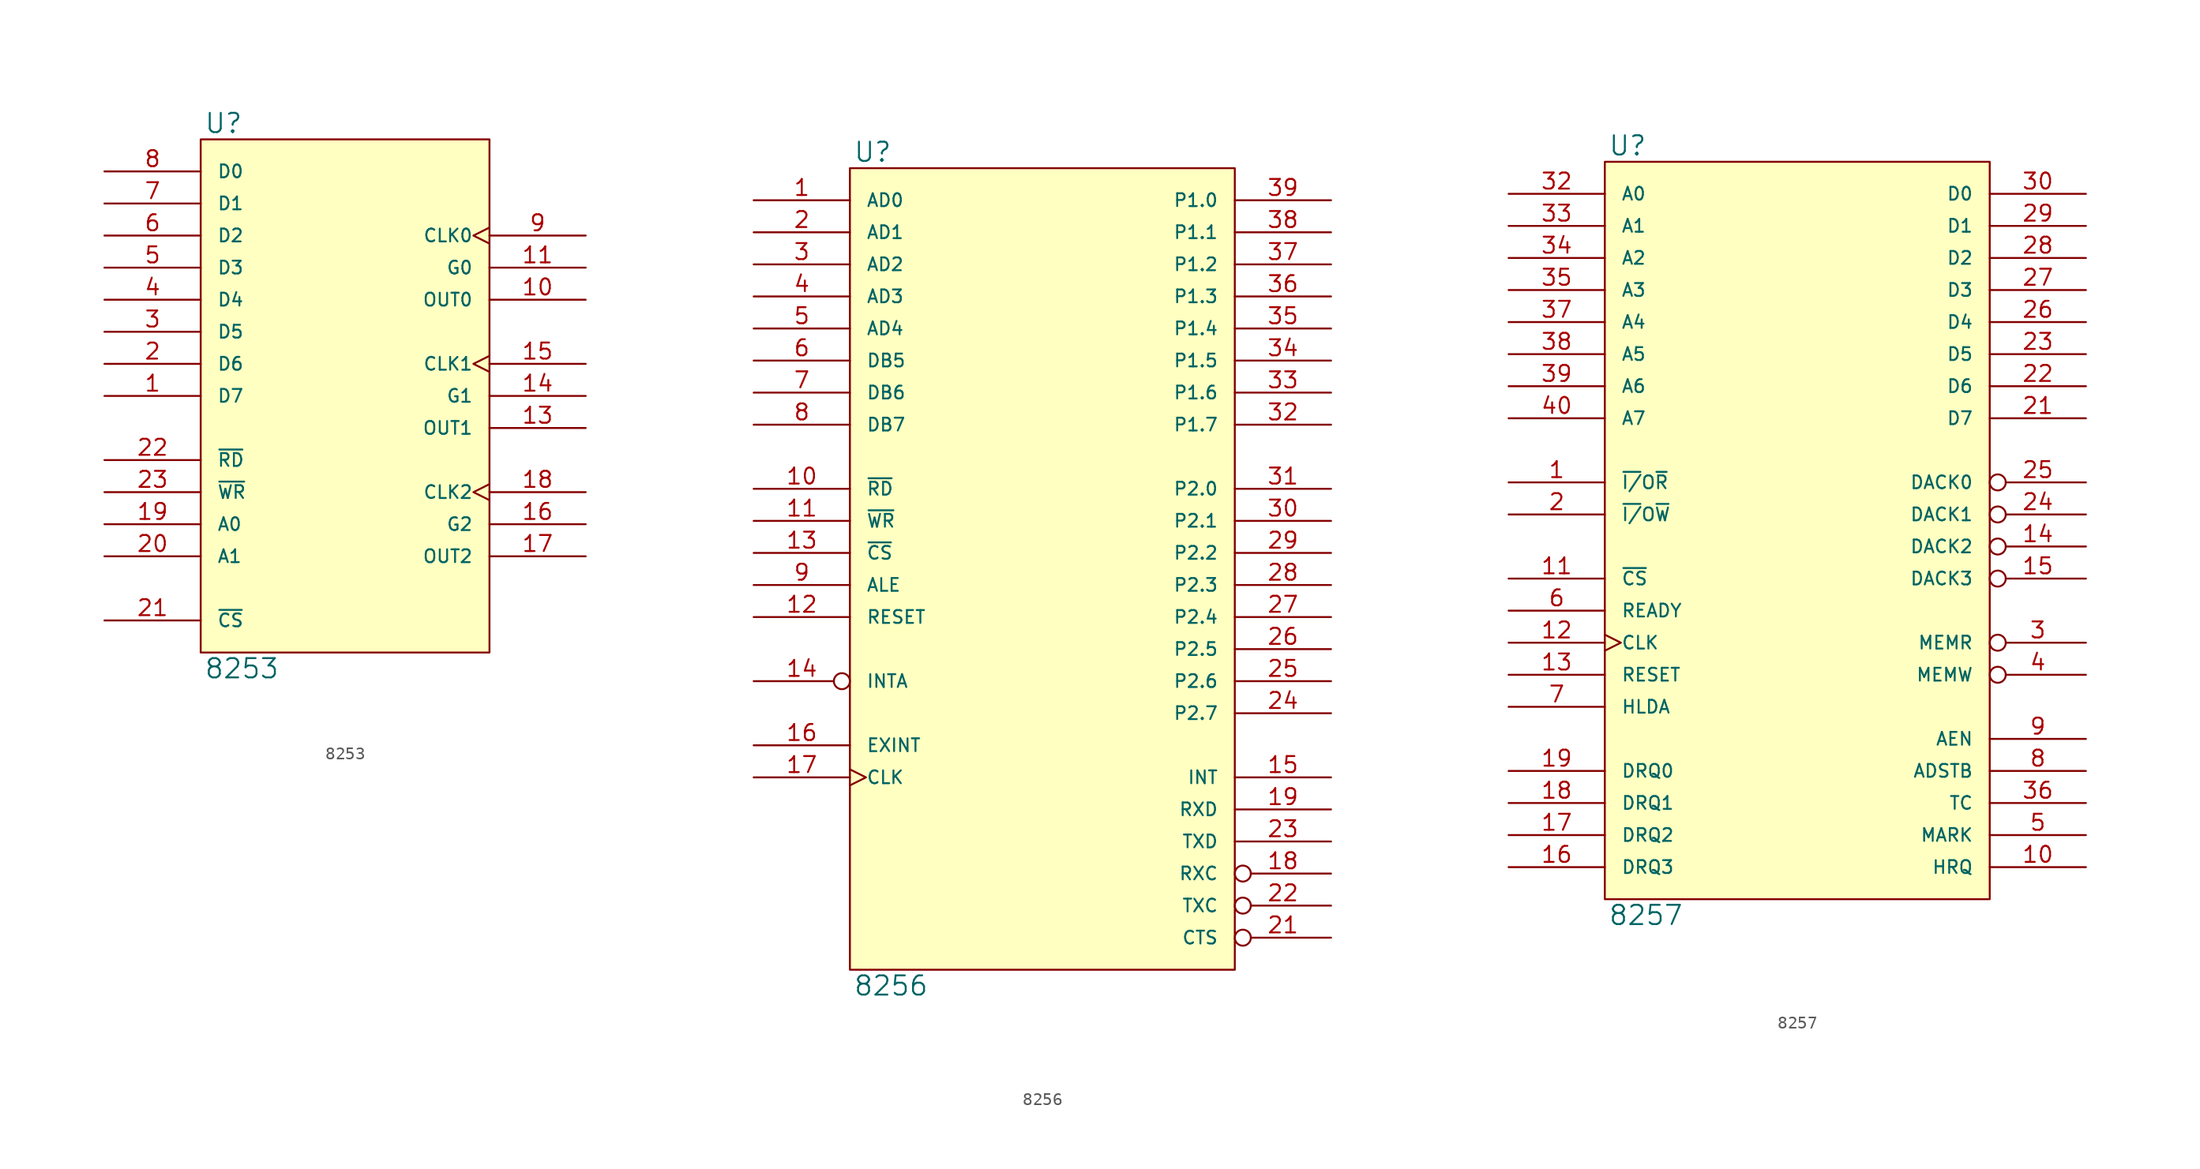
<source format=kicad_sym>
(kicad_symbol_lib
  (version 20231120)
  (generator "kicad_symbol_editor")
  (generator_version "8.0")
  (symbol "8253"
    (pin_names
      (offset 1.27))
    (property "Reference" "U"
      (at 0.254 0.381 0)
      (effects (font (size 1.524 1.524)) (justify left bottom)))
    (property "Value" "8253"
      (at 0.254 -41.021 0)
      (effects (font (size 1.524 1.524)) (justify left top)))
    (symbol "8253_0_1"
      (rectangle (start 0 0) (end 22.86 -40.64) (stroke (width 0) (type solid)) (fill (type background))))
    (symbol "8253_1_1"
      (pin bidirectional line (at -7.62 -20.32 0) (length 7.62) (name "D7" (effects (font (size 1.016 1.016)))) (number "1" (effects (font (size 1.27 1.27)))))
      (pin output line (at 30.48 -12.7 180) (length 7.62) (name "OUT0" (effects (font (size 1.016 1.016)))) (number "10" (effects (font (size 1.27 1.27)))))
      (pin input line (at 30.48 -10.16 180) (length 7.62) (name "G0" (effects (font (size 1.016 1.016)))) (number "11" (effects (font (size 1.27 1.27)))))
      (pin power_in line (at 0 -40.64 90) (length 0) hide (name "GND" (effects (font (size 1.016 1.016)))) (number "12" (effects (font (size 1.27 1.27)))))
      (pin output line (at 30.48 -22.86 180) (length 7.62) (name "OUT1" (effects (font (size 1.016 1.016)))) (number "13" (effects (font (size 1.27 1.27)))))
      (pin input line (at 30.48 -20.32 180) (length 7.62) (name "G1" (effects (font (size 1.016 1.016)))) (number "14" (effects (font (size 1.27 1.27)))))
      (pin input clock (at 30.48 -17.78 180) (length 7.62) (name "CLK1" (effects (font (size 1.016 1.016)))) (number "15" (effects (font (size 1.27 1.27)))))
      (pin input line (at 30.48 -30.48 180) (length 7.62) (name "G2" (effects (font (size 1.016 1.016)))) (number "16" (effects (font (size 1.27 1.27)))))
      (pin output line (at 30.48 -33.02 180) (length 7.62) (name "OUT2" (effects (font (size 1.016 1.016)))) (number "17" (effects (font (size 1.27 1.27)))))
      (pin input clock (at 30.48 -27.94 180) (length 7.62) (name "CLK2" (effects (font (size 1.016 1.016)))) (number "18" (effects (font (size 1.27 1.27)))))
      (pin input line (at -7.62 -30.48 0) (length 7.62) (name "A0" (effects (font (size 1.016 1.016)))) (number "19" (effects (font (size 1.27 1.27)))))
      (pin bidirectional line (at -7.62 -17.78 0) (length 7.62) (name "D6" (effects (font (size 1.016 1.016)))) (number "2" (effects (font (size 1.27 1.27)))))
      (pin input line (at -7.62 -33.02 0) (length 7.62) (name "A1" (effects (font (size 1.016 1.016)))) (number "20" (effects (font (size 1.27 1.27)))))
      (pin input line (at -7.62 -38.1 0) (length 7.62) (name "~{CS}" (effects (font (size 1.016 1.016)))) (number "21" (effects (font (size 1.27 1.27)))))
      (pin input line (at -7.62 -25.4 0) (length 7.62) (name "~{RD}" (effects (font (size 1.016 1.016)))) (number "22" (effects (font (size 1.27 1.27)))))
      (pin input line (at -7.62 -27.94 0) (length 7.62) (name "~{WR}" (effects (font (size 1.016 1.016)))) (number "23" (effects (font (size 1.27 1.27)))))
      (pin power_in line (at 0 0 270) (length 0) hide (name "VCC" (effects (font (size 1.016 1.016)))) (number "24" (effects (font (size 1.27 1.27)))))
      (pin bidirectional line (at -7.62 -15.24 0) (length 7.62) (name "D5" (effects (font (size 1.016 1.016)))) (number "3" (effects (font (size 1.27 1.27)))))
      (pin bidirectional line (at -7.62 -12.7 0) (length 7.62) (name "D4" (effects (font (size 1.016 1.016)))) (number "4" (effects (font (size 1.27 1.27)))))
      (pin bidirectional line (at -7.62 -10.16 0) (length 7.62) (name "D3" (effects (font (size 1.016 1.016)))) (number "5" (effects (font (size 1.27 1.27)))))
      (pin bidirectional line (at -7.62 -7.62 0) (length 7.62) (name "D2" (effects (font (size 1.016 1.016)))) (number "6" (effects (font (size 1.27 1.27)))))
      (pin bidirectional line (at -7.62 -5.08 0) (length 7.62) (name "D1" (effects (font (size 1.016 1.016)))) (number "7" (effects (font (size 1.27 1.27)))))
      (pin bidirectional line (at -7.62 -2.54 0) (length 7.62) (name "D0" (effects (font (size 1.016 1.016)))) (number "8" (effects (font (size 1.27 1.27)))))
      (pin input clock (at 30.48 -7.62 180) (length 7.62) (name "CLK0" (effects (font (size 1.016 1.016)))) (number "9" (effects (font (size 1.27 1.27)))))))
  (symbol "8256"
    (pin_names
      (offset 1.27))
    (property "Reference" "U"
      (at 0.254 0.381 0)
      (effects (font (size 1.524 1.524)) (justify left bottom)))
    (property "Value" "8256"
      (at 0.254 -63.881 0)
      (effects (font (size 1.524 1.524)) (justify left top)))
    (symbol "8256_0_1"
      (rectangle (start 0 0) (end 30.48 -63.5) (stroke (width 0) (type solid)) (fill (type background))))
    (symbol "8256_1_1"
      (pin bidirectional line (at -7.62 -2.54 0) (length 7.62) (name "AD0" (effects (font (size 1.016 1.016)))) (number "1" (effects (font (size 1.27 1.27)))))
      (pin input line (at -7.62 -25.4 0) (length 7.62) (name "~{RD}" (effects (font (size 1.016 1.016)))) (number "10" (effects (font (size 1.27 1.27)))))
      (pin input line (at -7.62 -27.94 0) (length 7.62) (name "~{WR}" (effects (font (size 1.016 1.016)))) (number "11" (effects (font (size 1.27 1.27)))))
      (pin input line (at -7.62 -35.56 0) (length 7.62) (name "RESET" (effects (font (size 1.016 1.016)))) (number "12" (effects (font (size 1.27 1.27)))))
      (pin input line (at -7.62 -30.48 0) (length 7.62) (name "~{CS}" (effects (font (size 1.016 1.016)))) (number "13" (effects (font (size 1.27 1.27)))))
      (pin input inverted (at -7.62 -40.64 0) (length 7.62) (name "INTA" (effects (font (size 1.016 1.016)))) (number "14" (effects (font (size 1.27 1.27)))))
      (pin output line (at 38.1 -48.26 180) (length 7.62) (name "INT" (effects (font (size 1.016 1.016)))) (number "15" (effects (font (size 1.27 1.27)))))
      (pin input line (at -7.62 -45.72 0) (length 7.62) (name "EXINT" (effects (font (size 1.016 1.016)))) (number "16" (effects (font (size 1.27 1.27)))))
      (pin input clock (at -7.62 -48.26 0) (length 7.62) (name "CLK" (effects (font (size 1.016 1.016)))) (number "17" (effects (font (size 1.27 1.27)))))
      (pin bidirectional inverted (at 38.1 -55.88 180) (length 7.62) (name "RXC" (effects (font (size 1.016 1.016)))) (number "18" (effects (font (size 1.27 1.27)))))
      (pin input line (at 38.1 -50.8 180) (length 7.62) (name "RXD" (effects (font (size 1.016 1.016)))) (number "19" (effects (font (size 1.27 1.27)))))
      (pin bidirectional line (at -7.62 -5.08 0) (length 7.62) (name "AD1" (effects (font (size 1.016 1.016)))) (number "2" (effects (font (size 1.27 1.27)))))
      (pin power_in line (at 0 -63.5 90) (length 0) hide (name "GND" (effects (font (size 1.016 1.016)))) (number "20" (effects (font (size 1.27 1.27)))))
      (pin input inverted (at 38.1 -60.96 180) (length 7.62) (name "CTS" (effects (font (size 1.016 1.016)))) (number "21" (effects (font (size 1.27 1.27)))))
      (pin bidirectional inverted (at 38.1 -58.42 180) (length 7.62) (name "TXC" (effects (font (size 1.016 1.016)))) (number "22" (effects (font (size 1.27 1.27)))))
      (pin output line (at 38.1 -53.34 180) (length 7.62) (name "TXD" (effects (font (size 1.016 1.016)))) (number "23" (effects (font (size 1.27 1.27)))))
      (pin bidirectional line (at 38.1 -43.18 180) (length 7.62) (name "P2.7" (effects (font (size 1.016 1.016)))) (number "24" (effects (font (size 1.27 1.27)))))
      (pin bidirectional line (at 38.1 -40.64 180) (length 7.62) (name "P2.6" (effects (font (size 1.016 1.016)))) (number "25" (effects (font (size 1.27 1.27)))))
      (pin bidirectional line (at 38.1 -38.1 180) (length 7.62) (name "P2.5" (effects (font (size 1.016 1.016)))) (number "26" (effects (font (size 1.27 1.27)))))
      (pin bidirectional line (at 38.1 -35.56 180) (length 7.62) (name "P2.4" (effects (font (size 1.016 1.016)))) (number "27" (effects (font (size 1.27 1.27)))))
      (pin bidirectional line (at 38.1 -33.02 180) (length 7.62) (name "P2.3" (effects (font (size 1.016 1.016)))) (number "28" (effects (font (size 1.27 1.27)))))
      (pin bidirectional line (at 38.1 -30.48 180) (length 7.62) (name "P2.2" (effects (font (size 1.016 1.016)))) (number "29" (effects (font (size 1.27 1.27)))))
      (pin bidirectional line (at -7.62 -7.62 0) (length 7.62) (name "AD2" (effects (font (size 1.016 1.016)))) (number "3" (effects (font (size 1.27 1.27)))))
      (pin bidirectional line (at 38.1 -27.94 180) (length 7.62) (name "P2.1" (effects (font (size 1.016 1.016)))) (number "30" (effects (font (size 1.27 1.27)))))
      (pin bidirectional line (at 38.1 -25.4 180) (length 7.62) (name "P2.0" (effects (font (size 1.016 1.016)))) (number "31" (effects (font (size 1.27 1.27)))))
      (pin bidirectional line (at 38.1 -20.32 180) (length 7.62) (name "P1.7" (effects (font (size 1.016 1.016)))) (number "32" (effects (font (size 1.27 1.27)))))
      (pin bidirectional line (at 38.1 -17.78 180) (length 7.62) (name "P1.6" (effects (font (size 1.016 1.016)))) (number "33" (effects (font (size 1.27 1.27)))))
      (pin bidirectional line (at 38.1 -15.24 180) (length 7.62) (name "P1.5" (effects (font (size 1.016 1.016)))) (number "34" (effects (font (size 1.27 1.27)))))
      (pin bidirectional line (at 38.1 -12.7 180) (length 7.62) (name "P1.4" (effects (font (size 1.016 1.016)))) (number "35" (effects (font (size 1.27 1.27)))))
      (pin bidirectional line (at 38.1 -10.16 180) (length 7.62) (name "P1.3" (effects (font (size 1.016 1.016)))) (number "36" (effects (font (size 1.27 1.27)))))
      (pin bidirectional line (at 38.1 -7.62 180) (length 7.62) (name "P1.2" (effects (font (size 1.016 1.016)))) (number "37" (effects (font (size 1.27 1.27)))))
      (pin bidirectional line (at 38.1 -5.08 180) (length 7.62) (name "P1.1" (effects (font (size 1.016 1.016)))) (number "38" (effects (font (size 1.27 1.27)))))
      (pin bidirectional line (at 38.1 -2.54 180) (length 7.62) (name "P1.0" (effects (font (size 1.016 1.016)))) (number "39" (effects (font (size 1.27 1.27)))))
      (pin bidirectional line (at -7.62 -10.16 0) (length 7.62) (name "AD3" (effects (font (size 1.016 1.016)))) (number "4" (effects (font (size 1.27 1.27)))))
      (pin power_in line (at 0 0 270) (length 0) hide (name "VCC" (effects (font (size 1.016 1.016)))) (number "40" (effects (font (size 1.27 1.27)))))
      (pin bidirectional line (at -7.62 -12.7 0) (length 7.62) (name "AD4" (effects (font (size 1.016 1.016)))) (number "5" (effects (font (size 1.27 1.27)))))
      (pin bidirectional line (at -7.62 -15.24 0) (length 7.62) (name "DB5" (effects (font (size 1.016 1.016)))) (number "6" (effects (font (size 1.27 1.27)))))
      (pin bidirectional line (at -7.62 -17.78 0) (length 7.62) (name "DB6" (effects (font (size 1.016 1.016)))) (number "7" (effects (font (size 1.27 1.27)))))
      (pin bidirectional line (at -7.62 -20.32 0) (length 7.62) (name "DB7" (effects (font (size 1.016 1.016)))) (number "8" (effects (font (size 1.27 1.27)))))
      (pin input line (at -7.62 -33.02 0) (length 7.62) (name "ALE" (effects (font (size 1.016 1.016)))) (number "9" (effects (font (size 1.27 1.27)))))))
  (symbol "8257"
    (pin_names
      (offset 1.27))
    (property "Reference" "U"
      (at 0.254 0.381 0)
      (effects (font (size 1.524 1.524)) (justify left bottom)))
    (property "Value" "8257"
      (at 0.254 -58.801 0)
      (effects (font (size 1.524 1.524)) (justify left top)))
    (symbol "8257_0_1"
      (rectangle (start 0 0) (end 30.48 -58.42) (stroke (width 0) (type solid)) (fill (type background))))
    (symbol "8257_1_1"
      (pin bidirectional line (at -7.62 -25.4 0) (length 7.62) (name "~{I/}O~{R}" (effects (font (size 1.016 1.016)))) (number "1" (effects (font (size 1.27 1.27)))))
      (pin output line (at 38.1 -55.88 180) (length 7.62) (name "HRQ" (effects (font (size 1.016 1.016)))) (number "10" (effects (font (size 1.27 1.27)))))
      (pin input line (at -7.62 -33.02 0) (length 7.62) (name "~{CS}" (effects (font (size 1.016 1.016)))) (number "11" (effects (font (size 1.27 1.27)))))
      (pin input clock (at -7.62 -38.1 0) (length 7.62) (name "CLK" (effects (font (size 1.016 1.016)))) (number "12" (effects (font (size 1.27 1.27)))))
      (pin input line (at -7.62 -40.64 0) (length 7.62) (name "RESET" (effects (font (size 1.016 1.016)))) (number "13" (effects (font (size 1.27 1.27)))))
      (pin output inverted (at 38.1 -30.48 180) (length 7.62) (name "DACK2" (effects (font (size 1.016 1.016)))) (number "14" (effects (font (size 1.27 1.27)))))
      (pin output inverted (at 38.1 -33.02 180) (length 7.62) (name "DACK3" (effects (font (size 1.016 1.016)))) (number "15" (effects (font (size 1.27 1.27)))))
      (pin input line (at -7.62 -55.88 0) (length 7.62) (name "DRQ3" (effects (font (size 1.016 1.016)))) (number "16" (effects (font (size 1.27 1.27)))))
      (pin input line (at -7.62 -53.34 0) (length 7.62) (name "DRQ2" (effects (font (size 1.016 1.016)))) (number "17" (effects (font (size 1.27 1.27)))))
      (pin input line (at -7.62 -50.8 0) (length 7.62) (name "DRQ1" (effects (font (size 1.016 1.016)))) (number "18" (effects (font (size 1.27 1.27)))))
      (pin input line (at -7.62 -48.26 0) (length 7.62) (name "DRQ0" (effects (font (size 1.016 1.016)))) (number "19" (effects (font (size 1.27 1.27)))))
      (pin bidirectional line (at -7.62 -27.94 0) (length 7.62) (name "~{I/}O~{W}" (effects (font (size 1.016 1.016)))) (number "2" (effects (font (size 1.27 1.27)))))
      (pin power_in line (at 0 -58.42 90) (length 0) hide (name "GND" (effects (font (size 1.016 1.016)))) (number "20" (effects (font (size 1.27 1.27)))))
      (pin bidirectional line (at 38.1 -20.32 180) (length 7.62) (name "D7" (effects (font (size 1.016 1.016)))) (number "21" (effects (font (size 1.27 1.27)))))
      (pin bidirectional line (at 38.1 -17.78 180) (length 7.62) (name "D6" (effects (font (size 1.016 1.016)))) (number "22" (effects (font (size 1.27 1.27)))))
      (pin bidirectional line (at 38.1 -15.24 180) (length 7.62) (name "D5" (effects (font (size 1.016 1.016)))) (number "23" (effects (font (size 1.27 1.27)))))
      (pin output inverted (at 38.1 -27.94 180) (length 7.62) (name "DACK1" (effects (font (size 1.016 1.016)))) (number "24" (effects (font (size 1.27 1.27)))))
      (pin output inverted (at 38.1 -25.4 180) (length 7.62) (name "DACK0" (effects (font (size 1.016 1.016)))) (number "25" (effects (font (size 1.27 1.27)))))
      (pin bidirectional line (at 38.1 -12.7 180) (length 7.62) (name "D4" (effects (font (size 1.016 1.016)))) (number "26" (effects (font (size 1.27 1.27)))))
      (pin bidirectional line (at 38.1 -10.16 180) (length 7.62) (name "D3" (effects (font (size 1.016 1.016)))) (number "27" (effects (font (size 1.27 1.27)))))
      (pin bidirectional line (at 38.1 -7.62 180) (length 7.62) (name "D2" (effects (font (size 1.016 1.016)))) (number "28" (effects (font (size 1.27 1.27)))))
      (pin bidirectional line (at 38.1 -5.08 180) (length 7.62) (name "D1" (effects (font (size 1.016 1.016)))) (number "29" (effects (font (size 1.27 1.27)))))
      (pin output inverted (at 38.1 -38.1 180) (length 7.62) (name "MEMR" (effects (font (size 1.016 1.016)))) (number "3" (effects (font (size 1.27 1.27)))))
      (pin bidirectional line (at 38.1 -2.54 180) (length 7.62) (name "D0" (effects (font (size 1.016 1.016)))) (number "30" (effects (font (size 1.27 1.27)))))
      (pin power_in line (at 0 0 270) (length 0) hide (name "VCC" (effects (font (size 1.016 1.016)))) (number "31" (effects (font (size 1.27 1.27)))))
      (pin bidirectional line (at -7.62 -2.54 0) (length 7.62) (name "A0" (effects (font (size 1.016 1.016)))) (number "32" (effects (font (size 1.27 1.27)))))
      (pin bidirectional line (at -7.62 -5.08 0) (length 7.62) (name "A1" (effects (font (size 1.016 1.016)))) (number "33" (effects (font (size 1.27 1.27)))))
      (pin bidirectional line (at -7.62 -7.62 0) (length 7.62) (name "A2" (effects (font (size 1.016 1.016)))) (number "34" (effects (font (size 1.27 1.27)))))
      (pin bidirectional line (at -7.62 -10.16 0) (length 7.62) (name "A3" (effects (font (size 1.016 1.016)))) (number "35" (effects (font (size 1.27 1.27)))))
      (pin output line (at 38.1 -50.8 180) (length 7.62) (name "TC" (effects (font (size 1.016 1.016)))) (number "36" (effects (font (size 1.27 1.27)))))
      (pin input line (at -7.62 -12.7 0) (length 7.62) (name "A4" (effects (font (size 1.016 1.016)))) (number "37" (effects (font (size 1.27 1.27)))))
      (pin input line (at -7.62 -15.24 0) (length 7.62) (name "A5" (effects (font (size 1.016 1.016)))) (number "38" (effects (font (size 1.27 1.27)))))
      (pin input line (at -7.62 -17.78 0) (length 7.62) (name "A6" (effects (font (size 1.016 1.016)))) (number "39" (effects (font (size 1.27 1.27)))))
      (pin output inverted (at 38.1 -40.64 180) (length 7.62) (name "MEMW" (effects (font (size 1.016 1.016)))) (number "4" (effects (font (size 1.27 1.27)))))
      (pin input line (at -7.62 -20.32 0) (length 7.62) (name "A7" (effects (font (size 1.016 1.016)))) (number "40" (effects (font (size 1.27 1.27)))))
      (pin output line (at 38.1 -53.34 180) (length 7.62) (name "MARK" (effects (font (size 1.016 1.016)))) (number "5" (effects (font (size 1.27 1.27)))))
      (pin input line (at -7.62 -35.56 0) (length 7.62) (name "READY" (effects (font (size 1.016 1.016)))) (number "6" (effects (font (size 1.27 1.27)))))
      (pin input line (at -7.62 -43.18 0) (length 7.62) (name "HLDA" (effects (font (size 1.016 1.016)))) (number "7" (effects (font (size 1.27 1.27)))))
      (pin output line (at 38.1 -48.26 180) (length 7.62) (name "ADSTB" (effects (font (size 1.016 1.016)))) (number "8" (effects (font (size 1.27 1.27)))))
      (pin output line (at 38.1 -45.72 180) (length 7.62) (name "AEN" (effects (font (size 1.016 1.016)))) (number "9" (effects (font (size 1.27 1.27))))))))
</source>
